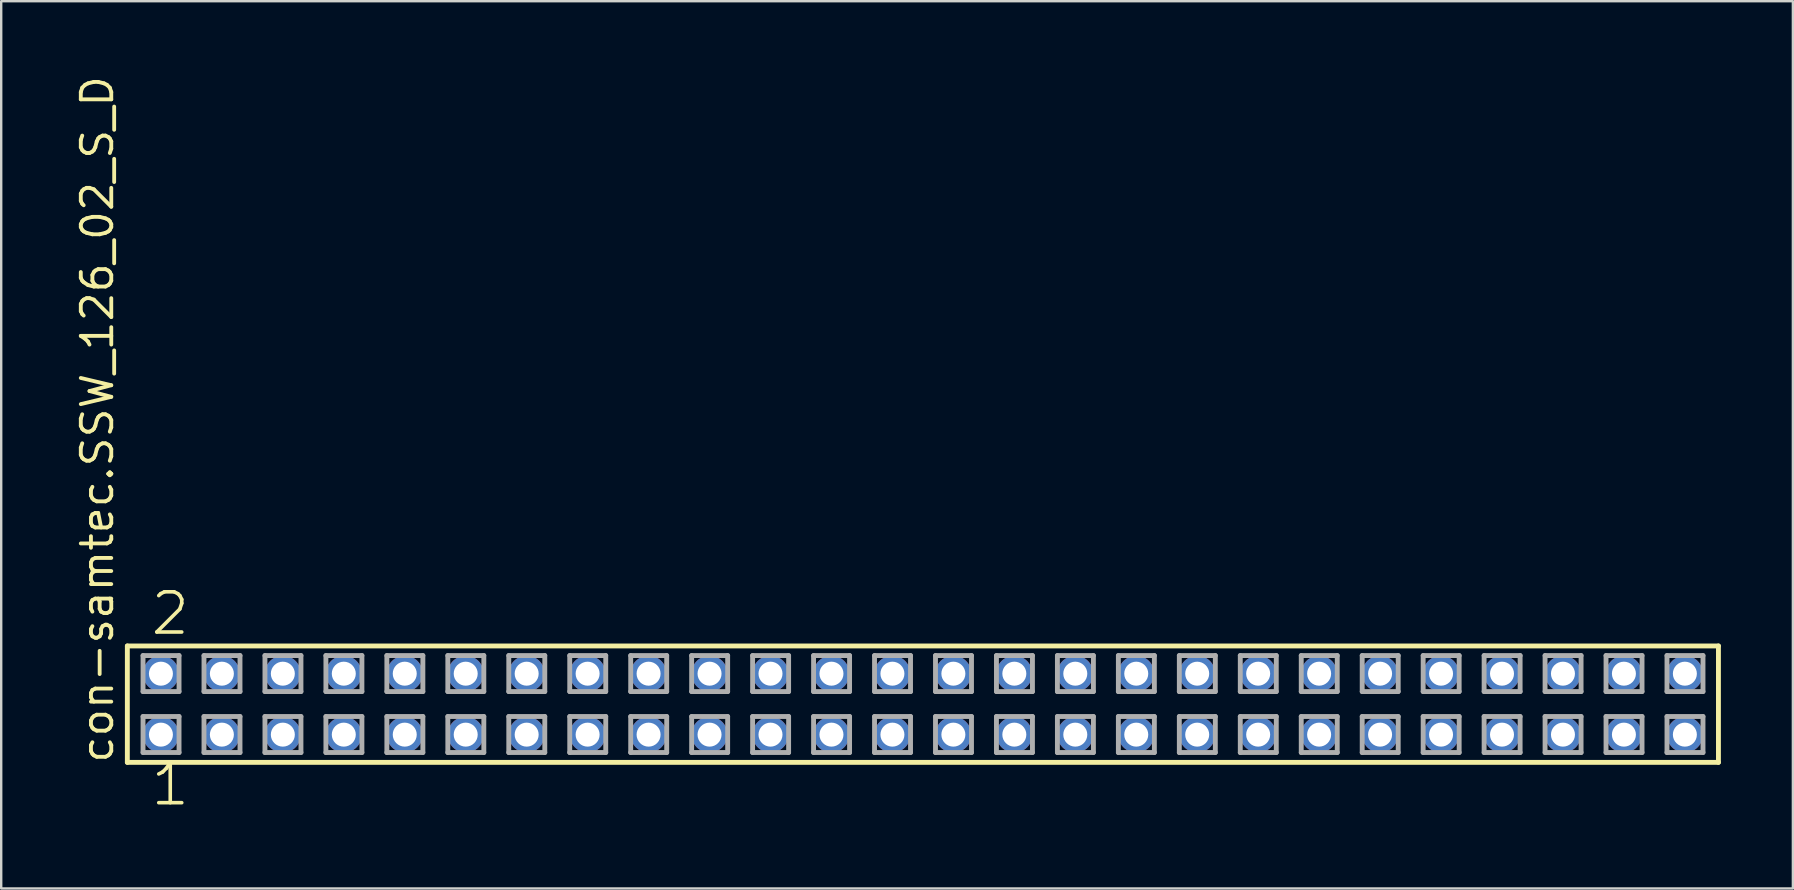
<source format=kicad_pcb>
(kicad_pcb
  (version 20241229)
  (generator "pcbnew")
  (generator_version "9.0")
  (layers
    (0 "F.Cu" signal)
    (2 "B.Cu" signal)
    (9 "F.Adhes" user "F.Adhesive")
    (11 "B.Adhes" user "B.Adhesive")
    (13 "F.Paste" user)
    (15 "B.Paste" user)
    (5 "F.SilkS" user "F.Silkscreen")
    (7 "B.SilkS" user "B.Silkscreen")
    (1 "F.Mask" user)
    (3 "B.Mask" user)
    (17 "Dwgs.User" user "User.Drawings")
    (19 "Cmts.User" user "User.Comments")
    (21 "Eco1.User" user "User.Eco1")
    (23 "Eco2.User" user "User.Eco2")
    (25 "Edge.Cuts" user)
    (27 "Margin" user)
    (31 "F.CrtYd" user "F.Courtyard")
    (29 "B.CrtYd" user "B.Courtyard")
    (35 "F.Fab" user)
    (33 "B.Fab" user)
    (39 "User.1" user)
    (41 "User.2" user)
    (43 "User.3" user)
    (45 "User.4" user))
  (footprint "con-samtec.SSW_126_02_S_D"
    (layer "F.Cu")
    (at 35.405 26.291)
    (property "Reference" "con-samtec.SSW_126_02_S_D" (at -33.655 2.54 90) (layer "F.SilkS") (effects (font (size 1.27 1.27) (thickness 0.16)) (justify left bottom)))
    (attr through_hole)
    (fp_line (start -33.149 -2.425) (end 33.149 -2.425) (stroke (width 0.203) (type default)) (layer "F.SilkS"))
    (fp_line (start -33.149 2.425) (end -33.149 -2.425) (stroke (width 0.203) (type default)) (layer "F.SilkS"))
    (fp_line (start 33.149 -2.425) (end 33.149 2.425) (stroke (width 0.203) (type default)) (layer "F.SilkS"))
    (fp_line (start 33.149 2.425) (end -33.149 2.425) (stroke (width 0.203) (type default)) (layer "F.SilkS"))
    (fp_line (start -32.495 -2.025) (end -30.995 -2.025) (stroke (width 0.203) (type default)) (layer "F.Fab"))
    (fp_line (start -32.495 -0.525) (end -32.495 -2.025) (stroke (width 0.203) (type default)) (layer "F.Fab"))
    (fp_line (start -32.495 0.515) (end -30.995 0.515) (stroke (width 0.203) (type default)) (layer "F.Fab"))
    (fp_line (start -32.495 2.015) (end -32.495 0.515) (stroke (width 0.203) (type default)) (layer "F.Fab"))
    (fp_line (start -30.995 -2.025) (end -30.995 -0.525) (stroke (width 0.203) (type default)) (layer "F.Fab"))
    (fp_line (start -30.995 -0.525) (end -32.495 -0.525) (stroke (width 0.203) (type default)) (layer "F.Fab"))
    (fp_line (start -30.995 0.515) (end -30.995 2.015) (stroke (width 0.203) (type default)) (layer "F.Fab"))
    (fp_line (start -30.995 2.015) (end -32.495 2.015) (stroke (width 0.203) (type default)) (layer "F.Fab"))
    (fp_line (start -29.955 -2.025) (end -28.455 -2.025) (stroke (width 0.203) (type default)) (layer "F.Fab"))
    (fp_line (start -29.955 -0.525) (end -29.955 -2.025) (stroke (width 0.203) (type default)) (layer "F.Fab"))
    (fp_line (start -29.955 0.515) (end -28.455 0.515) (stroke (width 0.203) (type default)) (layer "F.Fab"))
    (fp_line (start -29.955 2.015) (end -29.955 0.515) (stroke (width 0.203) (type default)) (layer "F.Fab"))
    (fp_line (start -28.455 -2.025) (end -28.455 -0.525) (stroke (width 0.203) (type default)) (layer "F.Fab"))
    (fp_line (start -28.455 -0.525) (end -29.955 -0.525) (stroke (width 0.203) (type default)) (layer "F.Fab"))
    (fp_line (start -28.455 0.515) (end -28.455 2.015) (stroke (width 0.203) (type default)) (layer "F.Fab"))
    (fp_line (start -28.455 2.015) (end -29.955 2.015) (stroke (width 0.203) (type default)) (layer "F.Fab"))
    (fp_line (start -27.415 -2.025) (end -25.915 -2.025) (stroke (width 0.203) (type default)) (layer "F.Fab"))
    (fp_line (start -27.415 -0.525) (end -27.415 -2.025) (stroke (width 0.203) (type default)) (layer "F.Fab"))
    (fp_line (start -27.415 0.515) (end -25.915 0.515) (stroke (width 0.203) (type default)) (layer "F.Fab"))
    (fp_line (start -27.415 2.015) (end -27.415 0.515) (stroke (width 0.203) (type default)) (layer "F.Fab"))
    (fp_line (start -25.915 -2.025) (end -25.915 -0.525) (stroke (width 0.203) (type default)) (layer "F.Fab"))
    (fp_line (start -25.915 -0.525) (end -27.415 -0.525) (stroke (width 0.203) (type default)) (layer "F.Fab"))
    (fp_line (start -25.915 0.515) (end -25.915 2.015) (stroke (width 0.203) (type default)) (layer "F.Fab"))
    (fp_line (start -25.915 2.015) (end -27.415 2.015) (stroke (width 0.203) (type default)) (layer "F.Fab"))
    (fp_line (start -24.875 -2.025) (end -23.375 -2.025) (stroke (width 0.203) (type default)) (layer "F.Fab"))
    (fp_line (start -24.875 -0.525) (end -24.875 -2.025) (stroke (width 0.203) (type default)) (layer "F.Fab"))
    (fp_line (start -24.875 0.515) (end -23.375 0.515) (stroke (width 0.203) (type default)) (layer "F.Fab"))
    (fp_line (start -24.875 2.015) (end -24.875 0.515) (stroke (width 0.203) (type default)) (layer "F.Fab"))
    (fp_line (start -23.375 -2.025) (end -23.375 -0.525) (stroke (width 0.203) (type default)) (layer "F.Fab"))
    (fp_line (start -23.375 -0.525) (end -24.875 -0.525) (stroke (width 0.203) (type default)) (layer "F.Fab"))
    (fp_line (start -23.375 0.515) (end -23.375 2.015) (stroke (width 0.203) (type default)) (layer "F.Fab"))
    (fp_line (start -23.375 2.015) (end -24.875 2.015) (stroke (width 0.203) (type default)) (layer "F.Fab"))
    (fp_line (start -22.335 -2.025) (end -20.835 -2.025) (stroke (width 0.203) (type default)) (layer "F.Fab"))
    (fp_line (start -22.335 -0.525) (end -22.335 -2.025) (stroke (width 0.203) (type default)) (layer "F.Fab"))
    (fp_line (start -22.335 0.515) (end -20.835 0.515) (stroke (width 0.203) (type default)) (layer "F.Fab"))
    (fp_line (start -22.335 2.015) (end -22.335 0.515) (stroke (width 0.203) (type default)) (layer "F.Fab"))
    (fp_line (start -20.835 -2.025) (end -20.835 -0.525) (stroke (width 0.203) (type default)) (layer "F.Fab"))
    (fp_line (start -20.835 -0.525) (end -22.335 -0.525) (stroke (width 0.203) (type default)) (layer "F.Fab"))
    (fp_line (start -20.835 0.515) (end -20.835 2.015) (stroke (width 0.203) (type default)) (layer "F.Fab"))
    (fp_line (start -20.835 2.015) (end -22.335 2.015) (stroke (width 0.203) (type default)) (layer "F.Fab"))
    (fp_line (start -19.795 -2.025) (end -18.295 -2.025) (stroke (width 0.203) (type default)) (layer "F.Fab"))
    (fp_line (start -19.795 -0.525) (end -19.795 -2.025) (stroke (width 0.203) (type default)) (layer "F.Fab"))
    (fp_line (start -19.795 0.515) (end -18.295 0.515) (stroke (width 0.203) (type default)) (layer "F.Fab"))
    (fp_line (start -19.795 2.015) (end -19.795 0.515) (stroke (width 0.203) (type default)) (layer "F.Fab"))
    (fp_line (start -18.295 -2.025) (end -18.295 -0.525) (stroke (width 0.203) (type default)) (layer "F.Fab"))
    (fp_line (start -18.295 -0.525) (end -19.795 -0.525) (stroke (width 0.203) (type default)) (layer "F.Fab"))
    (fp_line (start -18.295 0.515) (end -18.295 2.015) (stroke (width 0.203) (type default)) (layer "F.Fab"))
    (fp_line (start -18.295 2.015) (end -19.795 2.015) (stroke (width 0.203) (type default)) (layer "F.Fab"))
    (fp_line (start -17.255 -2.025) (end -15.755 -2.025) (stroke (width 0.203) (type default)) (layer "F.Fab"))
    (fp_line (start -17.255 -0.525) (end -17.255 -2.025) (stroke (width 0.203) (type default)) (layer "F.Fab"))
    (fp_line (start -17.255 0.515) (end -15.755 0.515) (stroke (width 0.203) (type default)) (layer "F.Fab"))
    (fp_line (start -17.255 2.015) (end -17.255 0.515) (stroke (width 0.203) (type default)) (layer "F.Fab"))
    (fp_line (start -15.755 -2.025) (end -15.755 -0.525) (stroke (width 0.203) (type default)) (layer "F.Fab"))
    (fp_line (start -15.755 -0.525) (end -17.255 -0.525) (stroke (width 0.203) (type default)) (layer "F.Fab"))
    (fp_line (start -15.755 0.515) (end -15.755 2.015) (stroke (width 0.203) (type default)) (layer "F.Fab"))
    (fp_line (start -15.755 2.015) (end -17.255 2.015) (stroke (width 0.203) (type default)) (layer "F.Fab"))
    (fp_line (start -14.715 -2.025) (end -13.215 -2.025) (stroke (width 0.203) (type default)) (layer "F.Fab"))
    (fp_line (start -14.715 -0.525) (end -14.715 -2.025) (stroke (width 0.203) (type default)) (layer "F.Fab"))
    (fp_line (start -14.715 0.515) (end -13.215 0.515) (stroke (width 0.203) (type default)) (layer "F.Fab"))
    (fp_line (start -14.715 2.015) (end -14.715 0.515) (stroke (width 0.203) (type default)) (layer "F.Fab"))
    (fp_line (start -13.215 -2.025) (end -13.215 -0.525) (stroke (width 0.203) (type default)) (layer "F.Fab"))
    (fp_line (start -13.215 -0.525) (end -14.715 -0.525) (stroke (width 0.203) (type default)) (layer "F.Fab"))
    (fp_line (start -13.215 0.515) (end -13.215 2.015) (stroke (width 0.203) (type default)) (layer "F.Fab"))
    (fp_line (start -13.215 2.015) (end -14.715 2.015) (stroke (width 0.203) (type default)) (layer "F.Fab"))
    (fp_line (start -12.175 -2.025) (end -10.675 -2.025) (stroke (width 0.203) (type default)) (layer "F.Fab"))
    (fp_line (start -12.175 -0.525) (end -12.175 -2.025) (stroke (width 0.203) (type default)) (layer "F.Fab"))
    (fp_line (start -12.175 0.515) (end -10.675 0.515) (stroke (width 0.203) (type default)) (layer "F.Fab"))
    (fp_line (start -12.175 2.015) (end -12.175 0.515) (stroke (width 0.203) (type default)) (layer "F.Fab"))
    (fp_line (start -10.675 -2.025) (end -10.675 -0.525) (stroke (width 0.203) (type default)) (layer "F.Fab"))
    (fp_line (start -10.675 -0.525) (end -12.175 -0.525) (stroke (width 0.203) (type default)) (layer "F.Fab"))
    (fp_line (start -10.675 0.515) (end -10.675 2.015) (stroke (width 0.203) (type default)) (layer "F.Fab"))
    (fp_line (start -10.675 2.015) (end -12.175 2.015) (stroke (width 0.203) (type default)) (layer "F.Fab"))
    (fp_line (start -9.635 -2.025) (end -8.135 -2.025) (stroke (width 0.203) (type default)) (layer "F.Fab"))
    (fp_line (start -9.635 -0.525) (end -9.635 -2.025) (stroke (width 0.203) (type default)) (layer "F.Fab"))
    (fp_line (start -9.635 0.515) (end -8.135 0.515) (stroke (width 0.203) (type default)) (layer "F.Fab"))
    (fp_line (start -9.635 2.015) (end -9.635 0.515) (stroke (width 0.203) (type default)) (layer "F.Fab"))
    (fp_line (start -8.135 -2.025) (end -8.135 -0.525) (stroke (width 0.203) (type default)) (layer "F.Fab"))
    (fp_line (start -8.135 -0.525) (end -9.635 -0.525) (stroke (width 0.203) (type default)) (layer "F.Fab"))
    (fp_line (start -8.135 0.515) (end -8.135 2.015) (stroke (width 0.203) (type default)) (layer "F.Fab"))
    (fp_line (start -8.135 2.015) (end -9.635 2.015) (stroke (width 0.203) (type default)) (layer "F.Fab"))
    (fp_line (start -7.095 -2.025) (end -5.595 -2.025) (stroke (width 0.203) (type default)) (layer "F.Fab"))
    (fp_line (start -7.095 -0.525) (end -7.095 -2.025) (stroke (width 0.203) (type default)) (layer "F.Fab"))
    (fp_line (start -7.095 0.515) (end -5.595 0.515) (stroke (width 0.203) (type default)) (layer "F.Fab"))
    (fp_line (start -7.095 2.015) (end -7.095 0.515) (stroke (width 0.203) (type default)) (layer "F.Fab"))
    (fp_line (start -5.595 -2.025) (end -5.595 -0.525) (stroke (width 0.203) (type default)) (layer "F.Fab"))
    (fp_line (start -5.595 -0.525) (end -7.095 -0.525) (stroke (width 0.203) (type default)) (layer "F.Fab"))
    (fp_line (start -5.595 0.515) (end -5.595 2.015) (stroke (width 0.203) (type default)) (layer "F.Fab"))
    (fp_line (start -5.595 2.015) (end -7.095 2.015) (stroke (width 0.203) (type default)) (layer "F.Fab"))
    (fp_line (start -4.555 -2.025) (end -3.055 -2.025) (stroke (width 0.203) (type default)) (layer "F.Fab"))
    (fp_line (start -4.555 -0.525) (end -4.555 -2.025) (stroke (width 0.203) (type default)) (layer "F.Fab"))
    (fp_line (start -4.555 0.515) (end -3.055 0.515) (stroke (width 0.203) (type default)) (layer "F.Fab"))
    (fp_line (start -4.555 2.015) (end -4.555 0.515) (stroke (width 0.203) (type default)) (layer "F.Fab"))
    (fp_line (start -3.055 -2.025) (end -3.055 -0.525) (stroke (width 0.203) (type default)) (layer "F.Fab"))
    (fp_line (start -3.055 -0.525) (end -4.555 -0.525) (stroke (width 0.203) (type default)) (layer "F.Fab"))
    (fp_line (start -3.055 0.515) (end -3.055 2.015) (stroke (width 0.203) (type default)) (layer "F.Fab"))
    (fp_line (start -3.055 2.015) (end -4.555 2.015) (stroke (width 0.203) (type default)) (layer "F.Fab"))
    (fp_line (start -2.015 -2.025) (end -0.515 -2.025) (stroke (width 0.203) (type default)) (layer "F.Fab"))
    (fp_line (start -2.015 -0.525) (end -2.015 -2.025) (stroke (width 0.203) (type default)) (layer "F.Fab"))
    (fp_line (start -2.015 0.515) (end -0.515 0.515) (stroke (width 0.203) (type default)) (layer "F.Fab"))
    (fp_line (start -2.015 2.015) (end -2.015 0.515) (stroke (width 0.203) (type default)) (layer "F.Fab"))
    (fp_line (start -0.515 -2.025) (end -0.515 -0.525) (stroke (width 0.203) (type default)) (layer "F.Fab"))
    (fp_line (start -0.515 -0.525) (end -2.015 -0.525) (stroke (width 0.203) (type default)) (layer "F.Fab"))
    (fp_line (start -0.515 0.515) (end -0.515 2.015) (stroke (width 0.203) (type default)) (layer "F.Fab"))
    (fp_line (start -0.515 2.015) (end -2.015 2.015) (stroke (width 0.203) (type default)) (layer "F.Fab"))
    (fp_line (start 0.525 -2.025) (end 2.025 -2.025) (stroke (width 0.203) (type default)) (layer "F.Fab"))
    (fp_line (start 0.525 -0.525) (end 0.525 -2.025) (stroke (width 0.203) (type default)) (layer "F.Fab"))
    (fp_line (start 0.525 0.515) (end 2.025 0.515) (stroke (width 0.203) (type default)) (layer "F.Fab"))
    (fp_line (start 0.525 2.015) (end 0.525 0.515) (stroke (width 0.203) (type default)) (layer "F.Fab"))
    (fp_line (start 2.025 -2.025) (end 2.025 -0.525) (stroke (width 0.203) (type default)) (layer "F.Fab"))
    (fp_line (start 2.025 -0.525) (end 0.525 -0.525) (stroke (width 0.203) (type default)) (layer "F.Fab"))
    (fp_line (start 2.025 0.515) (end 2.025 2.015) (stroke (width 0.203) (type default)) (layer "F.Fab"))
    (fp_line (start 2.025 2.015) (end 0.525 2.015) (stroke (width 0.203) (type default)) (layer "F.Fab"))
    (fp_line (start 3.065 -2.025) (end 4.565 -2.025) (stroke (width 0.203) (type default)) (layer "F.Fab"))
    (fp_line (start 3.065 -0.525) (end 3.065 -2.025) (stroke (width 0.203) (type default)) (layer "F.Fab"))
    (fp_line (start 3.065 0.515) (end 4.565 0.515) (stroke (width 0.203) (type default)) (layer "F.Fab"))
    (fp_line (start 3.065 2.015) (end 3.065 0.515) (stroke (width 0.203) (type default)) (layer "F.Fab"))
    (fp_line (start 4.565 -2.025) (end 4.565 -0.525) (stroke (width 0.203) (type default)) (layer "F.Fab"))
    (fp_line (start 4.565 -0.525) (end 3.065 -0.525) (stroke (width 0.203) (type default)) (layer "F.Fab"))
    (fp_line (start 4.565 0.515) (end 4.565 2.015) (stroke (width 0.203) (type default)) (layer "F.Fab"))
    (fp_line (start 4.565 2.015) (end 3.065 2.015) (stroke (width 0.203) (type default)) (layer "F.Fab"))
    (fp_line (start 5.605 -2.025) (end 7.105 -2.025) (stroke (width 0.203) (type default)) (layer "F.Fab"))
    (fp_line (start 5.605 -0.525) (end 5.605 -2.025) (stroke (width 0.203) (type default)) (layer "F.Fab"))
    (fp_line (start 5.605 0.515) (end 7.105 0.515) (stroke (width 0.203) (type default)) (layer "F.Fab"))
    (fp_line (start 5.605 2.015) (end 5.605 0.515) (stroke (width 0.203) (type default)) (layer "F.Fab"))
    (fp_line (start 7.105 -2.025) (end 7.105 -0.525) (stroke (width 0.203) (type default)) (layer "F.Fab"))
    (fp_line (start 7.105 -0.525) (end 5.605 -0.525) (stroke (width 0.203) (type default)) (layer "F.Fab"))
    (fp_line (start 7.105 0.515) (end 7.105 2.015) (stroke (width 0.203) (type default)) (layer "F.Fab"))
    (fp_line (start 7.105 2.015) (end 5.605 2.015) (stroke (width 0.203) (type default)) (layer "F.Fab"))
    (fp_line (start 8.145 -2.025) (end 9.645 -2.025) (stroke (width 0.203) (type default)) (layer "F.Fab"))
    (fp_line (start 8.145 -0.525) (end 8.145 -2.025) (stroke (width 0.203) (type default)) (layer "F.Fab"))
    (fp_line (start 8.145 0.515) (end 9.645 0.515) (stroke (width 0.203) (type default)) (layer "F.Fab"))
    (fp_line (start 8.145 2.015) (end 8.145 0.515) (stroke (width 0.203) (type default)) (layer "F.Fab"))
    (fp_line (start 9.645 -2.025) (end 9.645 -0.525) (stroke (width 0.203) (type default)) (layer "F.Fab"))
    (fp_line (start 9.645 -0.525) (end 8.145 -0.525) (stroke (width 0.203) (type default)) (layer "F.Fab"))
    (fp_line (start 9.645 0.515) (end 9.645 2.015) (stroke (width 0.203) (type default)) (layer "F.Fab"))
    (fp_line (start 9.645 2.015) (end 8.145 2.015) (stroke (width 0.203) (type default)) (layer "F.Fab"))
    (fp_line (start 10.685 -2.025) (end 12.185 -2.025) (stroke (width 0.203) (type default)) (layer "F.Fab"))
    (fp_line (start 10.685 -0.525) (end 10.685 -2.025) (stroke (width 0.203) (type default)) (layer "F.Fab"))
    (fp_line (start 10.685 0.515) (end 12.185 0.515) (stroke (width 0.203) (type default)) (layer "F.Fab"))
    (fp_line (start 10.685 2.015) (end 10.685 0.515) (stroke (width 0.203) (type default)) (layer "F.Fab"))
    (fp_line (start 12.185 -2.025) (end 12.185 -0.525) (stroke (width 0.203) (type default)) (layer "F.Fab"))
    (fp_line (start 12.185 -0.525) (end 10.685 -0.525) (stroke (width 0.203) (type default)) (layer "F.Fab"))
    (fp_line (start 12.185 0.515) (end 12.185 2.015) (stroke (width 0.203) (type default)) (layer "F.Fab"))
    (fp_line (start 12.185 2.015) (end 10.685 2.015) (stroke (width 0.203) (type default)) (layer "F.Fab"))
    (fp_line (start 13.225 -2.025) (end 14.725 -2.025) (stroke (width 0.203) (type default)) (layer "F.Fab"))
    (fp_line (start 13.225 -0.525) (end 13.225 -2.025) (stroke (width 0.203) (type default)) (layer "F.Fab"))
    (fp_line (start 13.225 0.515) (end 14.725 0.515) (stroke (width 0.203) (type default)) (layer "F.Fab"))
    (fp_line (start 13.225 2.015) (end 13.225 0.515) (stroke (width 0.203) (type default)) (layer "F.Fab"))
    (fp_line (start 14.725 -2.025) (end 14.725 -0.525) (stroke (width 0.203) (type default)) (layer "F.Fab"))
    (fp_line (start 14.725 -0.525) (end 13.225 -0.525) (stroke (width 0.203) (type default)) (layer "F.Fab"))
    (fp_line (start 14.725 0.515) (end 14.725 2.015) (stroke (width 0.203) (type default)) (layer "F.Fab"))
    (fp_line (start 14.725 2.015) (end 13.225 2.015) (stroke (width 0.203) (type default)) (layer "F.Fab"))
    (fp_line (start 15.765 -2.025) (end 17.265 -2.025) (stroke (width 0.203) (type default)) (layer "F.Fab"))
    (fp_line (start 15.765 -0.525) (end 15.765 -2.025) (stroke (width 0.203) (type default)) (layer "F.Fab"))
    (fp_line (start 15.765 0.515) (end 17.265 0.515) (stroke (width 0.203) (type default)) (layer "F.Fab"))
    (fp_line (start 15.765 2.015) (end 15.765 0.515) (stroke (width 0.203) (type default)) (layer "F.Fab"))
    (fp_line (start 17.265 -2.025) (end 17.265 -0.525) (stroke (width 0.203) (type default)) (layer "F.Fab"))
    (fp_line (start 17.265 -0.525) (end 15.765 -0.525) (stroke (width 0.203) (type default)) (layer "F.Fab"))
    (fp_line (start 17.265 0.515) (end 17.265 2.015) (stroke (width 0.203) (type default)) (layer "F.Fab"))
    (fp_line (start 17.265 2.015) (end 15.765 2.015) (stroke (width 0.203) (type default)) (layer "F.Fab"))
    (fp_line (start 18.305 -2.025) (end 19.805 -2.025) (stroke (width 0.203) (type default)) (layer "F.Fab"))
    (fp_line (start 18.305 -0.525) (end 18.305 -2.025) (stroke (width 0.203) (type default)) (layer "F.Fab"))
    (fp_line (start 18.305 0.515) (end 19.805 0.515) (stroke (width 0.203) (type default)) (layer "F.Fab"))
    (fp_line (start 18.305 2.015) (end 18.305 0.515) (stroke (width 0.203) (type default)) (layer "F.Fab"))
    (fp_line (start 19.805 -2.025) (end 19.805 -0.525) (stroke (width 0.203) (type default)) (layer "F.Fab"))
    (fp_line (start 19.805 -0.525) (end 18.305 -0.525) (stroke (width 0.203) (type default)) (layer "F.Fab"))
    (fp_line (start 19.805 0.515) (end 19.805 2.015) (stroke (width 0.203) (type default)) (layer "F.Fab"))
    (fp_line (start 19.805 2.015) (end 18.305 2.015) (stroke (width 0.203) (type default)) (layer "F.Fab"))
    (fp_line (start 20.845 -2.025) (end 22.345 -2.025) (stroke (width 0.203) (type default)) (layer "F.Fab"))
    (fp_line (start 20.845 -0.525) (end 20.845 -2.025) (stroke (width 0.203) (type default)) (layer "F.Fab"))
    (fp_line (start 20.845 0.515) (end 22.345 0.515) (stroke (width 0.203) (type default)) (layer "F.Fab"))
    (fp_line (start 20.845 2.015) (end 20.845 0.515) (stroke (width 0.203) (type default)) (layer "F.Fab"))
    (fp_line (start 22.345 -2.025) (end 22.345 -0.525) (stroke (width 0.203) (type default)) (layer "F.Fab"))
    (fp_line (start 22.345 -0.525) (end 20.845 -0.525) (stroke (width 0.203) (type default)) (layer "F.Fab"))
    (fp_line (start 22.345 0.515) (end 22.345 2.015) (stroke (width 0.203) (type default)) (layer "F.Fab"))
    (fp_line (start 22.345 2.015) (end 20.845 2.015) (stroke (width 0.203) (type default)) (layer "F.Fab"))
    (fp_line (start 23.385 -2.025) (end 24.885 -2.025) (stroke (width 0.203) (type default)) (layer "F.Fab"))
    (fp_line (start 23.385 -0.525) (end 23.385 -2.025) (stroke (width 0.203) (type default)) (layer "F.Fab"))
    (fp_line (start 23.385 0.515) (end 24.885 0.515) (stroke (width 0.203) (type default)) (layer "F.Fab"))
    (fp_line (start 23.385 2.015) (end 23.385 0.515) (stroke (width 0.203) (type default)) (layer "F.Fab"))
    (fp_line (start 24.885 -2.025) (end 24.885 -0.525) (stroke (width 0.203) (type default)) (layer "F.Fab"))
    (fp_line (start 24.885 -0.525) (end 23.385 -0.525) (stroke (width 0.203) (type default)) (layer "F.Fab"))
    (fp_line (start 24.885 0.515) (end 24.885 2.015) (stroke (width 0.203) (type default)) (layer "F.Fab"))
    (fp_line (start 24.885 2.015) (end 23.385 2.015) (stroke (width 0.203) (type default)) (layer "F.Fab"))
    (fp_line (start 25.925 -2.025) (end 27.425 -2.025) (stroke (width 0.203) (type default)) (layer "F.Fab"))
    (fp_line (start 25.925 -0.525) (end 25.925 -2.025) (stroke (width 0.203) (type default)) (layer "F.Fab"))
    (fp_line (start 25.925 0.515) (end 27.425 0.515) (stroke (width 0.203) (type default)) (layer "F.Fab"))
    (fp_line (start 25.925 2.015) (end 25.925 0.515) (stroke (width 0.203) (type default)) (layer "F.Fab"))
    (fp_line (start 27.425 -2.025) (end 27.425 -0.525) (stroke (width 0.203) (type default)) (layer "F.Fab"))
    (fp_line (start 27.425 -0.525) (end 25.925 -0.525) (stroke (width 0.203) (type default)) (layer "F.Fab"))
    (fp_line (start 27.425 0.515) (end 27.425 2.015) (stroke (width 0.203) (type default)) (layer "F.Fab"))
    (fp_line (start 27.425 2.015) (end 25.925 2.015) (stroke (width 0.203) (type default)) (layer "F.Fab"))
    (fp_line (start 28.465 -2.025) (end 29.965 -2.025) (stroke (width 0.203) (type default)) (layer "F.Fab"))
    (fp_line (start 28.465 -0.525) (end 28.465 -2.025) (stroke (width 0.203) (type default)) (layer "F.Fab"))
    (fp_line (start 28.465 0.515) (end 29.965 0.515) (stroke (width 0.203) (type default)) (layer "F.Fab"))
    (fp_line (start 28.465 2.015) (end 28.465 0.515) (stroke (width 0.203) (type default)) (layer "F.Fab"))
    (fp_line (start 29.965 -2.025) (end 29.965 -0.525) (stroke (width 0.203) (type default)) (layer "F.Fab"))
    (fp_line (start 29.965 -0.525) (end 28.465 -0.525) (stroke (width 0.203) (type default)) (layer "F.Fab"))
    (fp_line (start 29.965 0.515) (end 29.965 2.015) (stroke (width 0.203) (type default)) (layer "F.Fab"))
    (fp_line (start 29.965 2.015) (end 28.465 2.015) (stroke (width 0.203) (type default)) (layer "F.Fab"))
    (fp_line (start 31.005 -2.025) (end 32.505 -2.025) (stroke (width 0.203) (type default)) (layer "F.Fab"))
    (fp_line (start 31.005 -0.525) (end 31.005 -2.025) (stroke (width 0.203) (type default)) (layer "F.Fab"))
    (fp_line (start 31.005 0.515) (end 32.505 0.515) (stroke (width 0.203) (type default)) (layer "F.Fab"))
    (fp_line (start 31.005 2.015) (end 31.005 0.515) (stroke (width 0.203) (type default)) (layer "F.Fab"))
    (fp_line (start 32.505 -2.025) (end 32.505 -0.525) (stroke (width 0.203) (type default)) (layer "F.Fab"))
    (fp_line (start 32.505 -0.525) (end 31.005 -0.525) (stroke (width 0.203) (type default)) (layer "F.Fab"))
    (fp_line (start 32.505 0.515) (end 32.505 2.015) (stroke (width 0.203) (type default)) (layer "F.Fab"))
    (fp_line (start 32.505 2.015) (end 31.005 2.015) (stroke (width 0.203) (type default)) (layer "F.Fab"))
    (fp_text user "1" (at -32.258 4.318 0) (layer "F.SilkS") (effects (font (size 1.676 1.676) (thickness 0.15)) (justify left bottom)))
    (fp_text user "2" (at -32.258 -2.794 0) (layer "F.SilkS") (effects (font (size 1.676 1.676) (thickness 0.15)) (justify left bottom)))
    (pad "1" thru_hole circle (at -31.75 1.27) (size 1.5 1.5) (drill 1) (layers "*.Cu" "*.Mask"))
    (pad "2" thru_hole circle (at -31.75 -1.27) (size 1.5 1.5) (drill 1) (layers "*.Cu" "*.Mask"))
    (pad "3" thru_hole circle (at -29.21 1.27) (size 1.5 1.5) (drill 1) (layers "*.Cu" "*.Mask"))
    (pad "4" thru_hole circle (at -29.21 -1.27) (size 1.5 1.5) (drill 1) (layers "*.Cu" "*.Mask"))
    (pad "5" thru_hole circle (at -26.67 1.27) (size 1.5 1.5) (drill 1) (layers "*.Cu" "*.Mask"))
    (pad "6" thru_hole circle (at -26.67 -1.27) (size 1.5 1.5) (drill 1) (layers "*.Cu" "*.Mask"))
    (pad "7" thru_hole circle (at -24.13 1.27) (size 1.5 1.5) (drill 1) (layers "*.Cu" "*.Mask"))
    (pad "8" thru_hole circle (at -24.13 -1.27) (size 1.5 1.5) (drill 1) (layers "*.Cu" "*.Mask"))
    (pad "9" thru_hole circle (at -21.59 1.27) (size 1.5 1.5) (drill 1) (layers "*.Cu" "*.Mask"))
    (pad "10" thru_hole circle (at -21.59 -1.27) (size 1.5 1.5) (drill 1) (layers "*.Cu" "*.Mask"))
    (pad "11" thru_hole circle (at -19.05 1.27) (size 1.5 1.5) (drill 1) (layers "*.Cu" "*.Mask"))
    (pad "12" thru_hole circle (at -19.05 -1.27) (size 1.5 1.5) (drill 1) (layers "*.Cu" "*.Mask"))
    (pad "13" thru_hole circle (at -16.51 1.27) (size 1.5 1.5) (drill 1) (layers "*.Cu" "*.Mask"))
    (pad "14" thru_hole circle (at -16.51 -1.27) (size 1.5 1.5) (drill 1) (layers "*.Cu" "*.Mask"))
    (pad "15" thru_hole circle (at -13.97 1.27) (size 1.5 1.5) (drill 1) (layers "*.Cu" "*.Mask"))
    (pad "16" thru_hole circle (at -13.97 -1.27) (size 1.5 1.5) (drill 1) (layers "*.Cu" "*.Mask"))
    (pad "17" thru_hole circle (at -11.43 1.27) (size 1.5 1.5) (drill 1) (layers "*.Cu" "*.Mask"))
    (pad "18" thru_hole circle (at -11.43 -1.27) (size 1.5 1.5) (drill 1) (layers "*.Cu" "*.Mask"))
    (pad "19" thru_hole circle (at -8.89 1.27) (size 1.5 1.5) (drill 1) (layers "*.Cu" "*.Mask"))
    (pad "20" thru_hole circle (at -8.89 -1.27) (size 1.5 1.5) (drill 1) (layers "*.Cu" "*.Mask"))
    (pad "21" thru_hole circle (at -6.35 1.27) (size 1.5 1.5) (drill 1) (layers "*.Cu" "*.Mask"))
    (pad "22" thru_hole circle (at -6.35 -1.27) (size 1.5 1.5) (drill 1) (layers "*.Cu" "*.Mask"))
    (pad "23" thru_hole circle (at -3.81 1.27) (size 1.5 1.5) (drill 1) (layers "*.Cu" "*.Mask"))
    (pad "24" thru_hole circle (at -3.81 -1.27) (size 1.5 1.5) (drill 1) (layers "*.Cu" "*.Mask"))
    (pad "25" thru_hole circle (at -1.27 1.27) (size 1.5 1.5) (drill 1) (layers "*.Cu" "*.Mask"))
    (pad "26" thru_hole circle (at -1.27 -1.27) (size 1.5 1.5) (drill 1) (layers "*.Cu" "*.Mask"))
    (pad "27" thru_hole circle (at 1.27 1.27) (size 1.5 1.5) (drill 1) (layers "*.Cu" "*.Mask"))
    (pad "28" thru_hole circle (at 1.27 -1.27) (size 1.5 1.5) (drill 1) (layers "*.Cu" "*.Mask"))
    (pad "29" thru_hole circle (at 3.81 1.27) (size 1.5 1.5) (drill 1) (layers "*.Cu" "*.Mask"))
    (pad "30" thru_hole circle (at 3.81 -1.27) (size 1.5 1.5) (drill 1) (layers "*.Cu" "*.Mask"))
    (pad "31" thru_hole circle (at 6.35 1.27) (size 1.5 1.5) (drill 1) (layers "*.Cu" "*.Mask"))
    (pad "32" thru_hole circle (at 6.35 -1.27) (size 1.5 1.5) (drill 1) (layers "*.Cu" "*.Mask"))
    (pad "33" thru_hole circle (at 8.89 1.27) (size 1.5 1.5) (drill 1) (layers "*.Cu" "*.Mask"))
    (pad "34" thru_hole circle (at 8.89 -1.27) (size 1.5 1.5) (drill 1) (layers "*.Cu" "*.Mask"))
    (pad "35" thru_hole circle (at 11.43 1.27) (size 1.5 1.5) (drill 1) (layers "*.Cu" "*.Mask"))
    (pad "36" thru_hole circle (at 11.43 -1.27) (size 1.5 1.5) (drill 1) (layers "*.Cu" "*.Mask"))
    (pad "37" thru_hole circle (at 13.97 1.27) (size 1.5 1.5) (drill 1) (layers "*.Cu" "*.Mask"))
    (pad "38" thru_hole circle (at 13.97 -1.27) (size 1.5 1.5) (drill 1) (layers "*.Cu" "*.Mask"))
    (pad "39" thru_hole circle (at 16.51 1.27) (size 1.5 1.5) (drill 1) (layers "*.Cu" "*.Mask"))
    (pad "40" thru_hole circle (at 16.51 -1.27) (size 1.5 1.5) (drill 1) (layers "*.Cu" "*.Mask"))
    (pad "41" thru_hole circle (at 19.05 1.27) (size 1.5 1.5) (drill 1) (layers "*.Cu" "*.Mask"))
    (pad "42" thru_hole circle (at 19.05 -1.27) (size 1.5 1.5) (drill 1) (layers "*.Cu" "*.Mask"))
    (pad "43" thru_hole circle (at 21.59 1.27) (size 1.5 1.5) (drill 1) (layers "*.Cu" "*.Mask"))
    (pad "44" thru_hole circle (at 21.59 -1.27) (size 1.5 1.5) (drill 1) (layers "*.Cu" "*.Mask"))
    (pad "45" thru_hole circle (at 24.13 1.27) (size 1.5 1.5) (drill 1) (layers "*.Cu" "*.Mask"))
    (pad "46" thru_hole circle (at 24.13 -1.27) (size 1.5 1.5) (drill 1) (layers "*.Cu" "*.Mask"))
    (pad "47" thru_hole circle (at 26.67 1.27) (size 1.5 1.5) (drill 1) (layers "*.Cu" "*.Mask"))
    (pad "48" thru_hole circle (at 26.67 -1.27) (size 1.5 1.5) (drill 1) (layers "*.Cu" "*.Mask"))
    (pad "49" thru_hole circle (at 29.21 1.27) (size 1.5 1.5) (drill 1) (layers "*.Cu" "*.Mask"))
    (pad "50" thru_hole circle (at 29.21 -1.27) (size 1.5 1.5) (drill 1) (layers "*.Cu" "*.Mask"))
    (pad "51" thru_hole circle (at 31.75 1.27) (size 1.5 1.5) (drill 1) (layers "*.Cu" "*.Mask"))
    (pad "52" thru_hole circle (at 31.75 -1.27) (size 1.5 1.5) (drill 1) (layers "*.Cu" "*.Mask")))
  (gr_rect
    (start -3 -3)
    (end 71.656 33.971)
    (stroke (width 0.1) (type default))
    (fill no)
    (layer "Edge.Cuts")))
</source>
